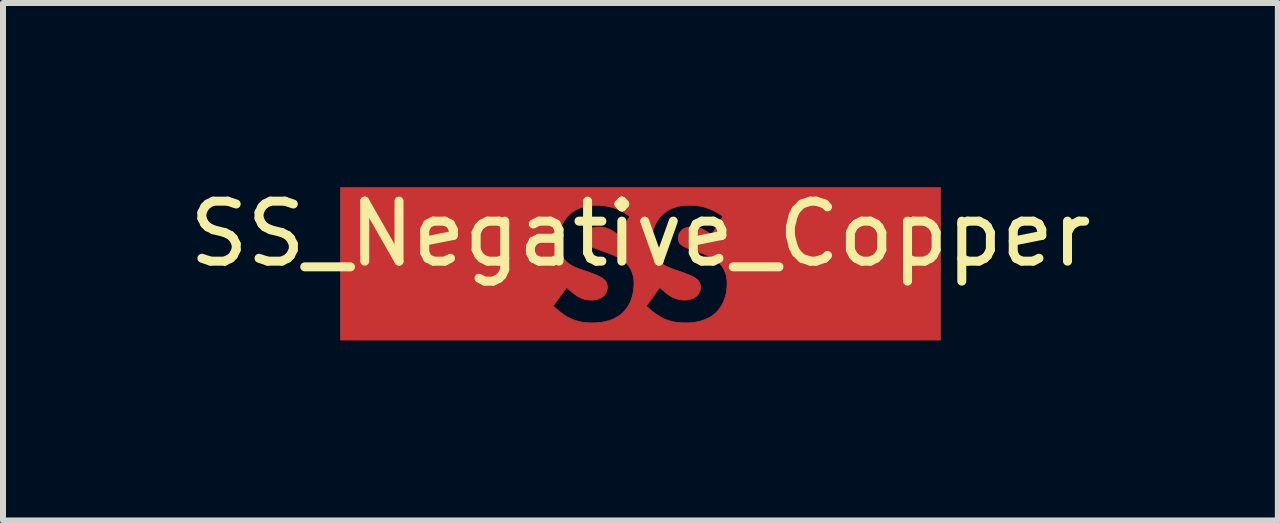
<source format=kicad_pcb>
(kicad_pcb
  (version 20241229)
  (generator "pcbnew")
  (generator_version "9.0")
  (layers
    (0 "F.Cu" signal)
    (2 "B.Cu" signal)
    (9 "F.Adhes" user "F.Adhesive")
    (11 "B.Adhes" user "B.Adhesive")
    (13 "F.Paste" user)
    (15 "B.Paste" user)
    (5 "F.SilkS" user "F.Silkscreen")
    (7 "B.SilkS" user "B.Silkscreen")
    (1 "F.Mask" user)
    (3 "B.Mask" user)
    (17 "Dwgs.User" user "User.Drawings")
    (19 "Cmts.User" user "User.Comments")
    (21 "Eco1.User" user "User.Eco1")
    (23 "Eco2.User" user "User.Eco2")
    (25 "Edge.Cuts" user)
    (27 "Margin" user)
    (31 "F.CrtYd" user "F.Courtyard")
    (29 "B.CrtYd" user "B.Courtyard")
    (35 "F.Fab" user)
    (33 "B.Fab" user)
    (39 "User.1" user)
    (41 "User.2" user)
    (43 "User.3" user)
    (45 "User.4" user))
  (footprint "SS_Negative_Copper"
    (layer "F.Cu")
    (at 7.625 1.348)
    (property "Reference" "SS_Negative_Copper" (at 0 -0.5 0) (unlocked yes) (layer "F.SilkS") (effects (font (size 1 1) (thickness 0.15))))
    (fp_poly (pts (xy 5.001 1.27) (xy -5 1.27) (xy -5 0.702) (xy -1.455 0.702) (xy -1.426 0.729) (xy -1.395 0.757) (xy -1.362 0.785) (xy -1.326 0.812) (xy -1.29 0.839) (xy -1.271 0.852) (xy -1.253 0.864) (xy -1.234 0.875) (xy -1.216 0.887) (xy -1.197 0.897) (xy -1.179 0.907) (xy -1.157 0.917) (xy -1.134 0.926) (xy -1.112 0.935) (xy -1.089 0.943) (xy -1.067 0.95) (xy -1.044 0.956) (xy -1.021 0.962) (xy -0.998 0.967) (xy -0.975 0.971) (xy -0.951 0.975) (xy -0.927 0.978) (xy -0.904 0.98) (xy -0.879 0.982) (xy -0.855 0.983) (xy -0.83 0.984) (xy -0.805 0.984) (xy -0.754 0.983) (xy -0.725 0.982) (xy -0.693 0.979) (xy -0.661 0.976) (xy -0.626 0.97) (xy -0.591 0.964) (xy -0.555 0.955) (xy -0.518 0.944) (xy -0.482 0.932) (xy -0.445 0.916) (xy -0.409 0.898) (xy -0.373 0.877) (xy -0.355 0.865) (xy -0.338 0.853) (xy -0.321 0.839) (xy -0.305 0.825) (xy -0.289 0.81) (xy -0.273 0.794) (xy -0.255 0.774) (xy -0.237 0.752) (xy -0.221 0.729) (xy -0.205 0.705) (xy -0.203 0.702) (xy 0.098 0.702) (xy 0.126 0.729) (xy 0.157 0.757) (xy 0.191 0.785) (xy 0.226 0.812) (xy 0.262 0.839) (xy 0.281 0.852) (xy 0.3 0.864) (xy 0.318 0.875) (xy 0.337 0.887) (xy 0.355 0.897) (xy 0.373 0.907) (xy 0.395 0.917) (xy 0.418 0.926) (xy 0.44 0.935) (xy 0.463 0.943) (xy 0.486 0.95) (xy 0.508 0.956) (xy 0.531 0.962) (xy 0.554 0.967) (xy 0.578 0.971) (xy 0.601 0.975) (xy 0.625 0.978) (xy 0.649 0.98) (xy 0.673 0.982) (xy 0.697 0.983) (xy 0.722 0.984) (xy 0.747 0.984) (xy 0.798 0.983) (xy 0.828 0.982) (xy 0.859 0.979) (xy 0.892 0.976) (xy 0.926 0.97) (xy 0.961 0.964) (xy 0.997 0.955) (xy 1.034 0.944) (xy 1.071 0.932) (xy 1.107 0.916) (xy 1.144 0.898) (xy 1.179 0.877) (xy 1.197 0.865) (xy 1.214 0.853) (xy 1.231 0.839) (xy 1.247 0.825) (xy 1.264 0.81) (xy 1.279 0.794) (xy 1.298 0.774) (xy 1.315 0.752) (xy 1.331 0.729) (xy 1.347 0.705) (xy 1.362 0.679) (xy 1.375 0.653) (xy 1.388 0.625) (xy 1.399 0.595) (xy 1.41 0.565) (xy 1.419 0.534) (xy 1.427 0.501) (xy 1.433 0.468) (xy 1.438 0.434) (xy 1.442 0.4) (xy 1.444 0.364) (xy 1.445 0.328) (xy 1.445 0.307) (xy 1.444 0.286) (xy 1.442 0.264) (xy 1.439 0.242) (xy 1.435 0.22) (xy 1.431 0.197) (xy 1.425 0.175) (xy 1.417 0.152) (xy 1.409 0.13) (xy 1.399 0.107) (xy 1.388 0.085) (xy 1.375 0.063) (xy 1.361 0.041) (xy 1.345 0.02) (xy 1.327 -0.001) (xy 1.308 -0.021) (xy 1.293 -0.034) (xy 1.279 -0.046) (xy 1.263 -0.058) (xy 1.248 -0.069) (xy 1.231 -0.08) (xy 1.215 -0.09) (xy 1.198 -0.099) (xy 1.182 -0.108) (xy 1.165 -0.117) (xy 1.148 -0.125) (xy 1.114 -0.14) (xy 1.081 -0.153) (xy 1.05 -0.166) (xy 0.909 -0.219) (xy 0.825 -0.249) (xy 0.791 -0.261) (xy 0.775 -0.267) (xy 0.76 -0.273) (xy 0.747 -0.279) (xy 0.734 -0.285) (xy 0.722 -0.29) (xy 0.711 -0.297) (xy 0.701 -0.303) (xy 0.691 -0.31) (xy 0.681 -0.317) (xy 0.673 -0.325) (xy 0.668 -0.33) (xy 0.663 -0.335) (xy 0.658 -0.341) (xy 0.654 -0.347) (xy 0.65 -0.352) (xy 0.647 -0.358) (xy 0.644 -0.365) (xy 0.641 -0.371) (xy 0.638 -0.377) (xy 0.636 -0.384) (xy 0.634 -0.391) (xy 0.633 -0.398) (xy 0.632 -0.406) (xy 0.631 -0.414) (xy 0.63 -0.422) (xy 0.63 -0.43) (xy 0.631 -0.44) (xy 0.631 -0.449) (xy 0.632 -0.457) (xy 0.634 -0.466) (xy 0.636 -0.474) (xy 0.639 -0.483) (xy 0.641 -0.491) (xy 0.644 -0.498) (xy 0.648 -0.506) (xy 0.652 -0.513) (xy 0.656 -0.52) (xy 0.66 -0.527) (xy 0.665 -0.533) (xy 0.669 -0.539) (xy 0.675 -0.545) (xy 0.68 -0.55) (xy 0.684 -0.555) (xy 0.689 -0.56) (xy 0.694 -0.565) (xy 0.699 -0.569) (xy 0.71 -0.577) (xy 0.721 -0.584) (xy 0.732 -0.59) (xy 0.744 -0.595) (xy 0.755 -0.6) (xy 0.767 -0.603) (xy 0.78 -0.606) (xy 0.792 -0.609) (xy 0.804 -0.61) (xy 0.816 -0.612) (xy 0.828 -0.613) (xy 0.84 -0.613) (xy 0.863 -0.614) (xy 0.887 -0.613) (xy 0.901 -0.612) (xy 0.917 -0.611) (xy 0.933 -0.608) (xy 0.951 -0.605) (xy 0.97 -0.6) (xy 0.99 -0.594) (xy 1.011 -0.587) (xy 1.033 -0.578) (xy 1.056 -0.567) (xy 1.079 -0.554) (xy 1.104 -0.539) (xy 1.129 -0.522) (xy 1.154 -0.502) (xy 1.181 -0.48) (xy 1.181 -0.473) (xy 1.375 -0.79) (xy 1.334 -0.82) (xy 1.293 -0.846) (xy 1.253 -0.869) (xy 1.214 -0.889) (xy 1.175 -0.907) (xy 1.137 -0.922) (xy 1.099 -0.935) (xy 1.063 -0.946) (xy 1.028 -0.955) (xy 0.993 -0.962) (xy 0.96 -0.967) (xy 0.929 -0.971) (xy 0.898 -0.974) (xy 0.87 -0.976) (xy 0.817 -0.977) (xy 0.784 -0.977) (xy 0.752 -0.975) (xy 0.72 -0.973) (xy 0.689 -0.969) (xy 0.658 -0.964) (xy 0.628 -0.958) (xy 0.598 -0.95) (xy 0.569 -0.941) (xy 0.54 -0.93) (xy 0.511 -0.918) (xy 0.484 -0.904) (xy 0.456 -0.888) (xy 0.429 -0.87) (xy 0.403 -0.85) (xy 0.377 -0.828) (xy 0.352 -0.804) (xy 0.331 -0.782) (xy 0.312 -0.76) (xy 0.295 -0.736) (xy 0.279 -0.712) (xy 0.264 -0.688) (xy 0.251 -0.663) (xy 0.239 -0.637) (xy 0.228 -0.611) (xy 0.219 -0.584) (xy 0.211 -0.557) (xy 0.204 -0.529) (xy 0.199 -0.501) (xy 0.195 -0.472) (xy 0.192 -0.442) (xy 0.19 -0.412) (xy 0.189 -0.381) (xy 0.19 -0.345) (xy 0.191 -0.326) (xy 0.193 -0.306) (xy 0.196 -0.286) (xy 0.199 -0.265) (xy 0.203 -0.244) (xy 0.209 -0.222) (xy 0.215 -0.201) (xy 0.223 -0.179) (xy 0.232 -0.157) (xy 0.243 -0.136) (xy 0.255 -0.115) (xy 0.269 -0.094) (xy 0.285 -0.073) (xy 0.302 -0.053) (xy 0.316 -0.039) (xy 0.33 -0.026) (xy 0.345 -0.013) (xy 0.36 -0.001) (xy 0.376 0.009) (xy 0.393 0.02) (xy 0.409 0.029) (xy 0.426 0.038) (xy 0.443 0.047) (xy 0.461 0.055) (xy 0.495 0.07) (xy 0.53 0.083) (xy 0.563 0.095) (xy 0.719 0.148) (xy 0.768 0.168) (xy 0.798 0.18) (xy 0.829 0.193) (xy 0.86 0.207) (xy 0.875 0.215) (xy 0.89 0.223) (xy 0.903 0.23) (xy 0.916 0.238) (xy 0.927 0.246) (xy 0.937 0.254) (xy 0.944 0.26) (xy 0.951 0.266) (xy 0.958 0.273) (xy 0.964 0.279) (xy 0.969 0.286) (xy 0.974 0.294) (xy 0.979 0.301) (xy 0.984 0.309) (xy 0.987 0.317) (xy 0.991 0.326) (xy 0.994 0.335) (xy 0.996 0.345) (xy 0.998 0.355) (xy 1 0.365) (xy 1 0.376) (xy 1.001 0.388) (xy 1.001 0.395) (xy 1 0.401) (xy 1 0.407) (xy 0.999 0.414) (xy 0.999 0.42) (xy 0.998 0.426) (xy 0.996 0.431) (xy 0.995 0.437) (xy 0.994 0.443) (xy 0.992 0.448) (xy 0.989 0.459) (xy 0.985 0.469) (xy 0.98 0.478) (xy 0.976 0.488) (xy 0.97 0.496) (xy 0.965 0.505) (xy 0.959 0.513) (xy 0.953 0.52) (xy 0.947 0.527) (xy 0.94 0.534) (xy 0.934 0.54) (xy 0.922 0.549) (xy 0.909 0.558) (xy 0.897 0.565) (xy 0.884 0.572) (xy 0.871 0.578) (xy 0.858 0.583) (xy 0.845 0.588) (xy 0.832 0.591) (xy 0.819 0.595) (xy 0.807 0.597) (xy 0.794 0.599) (xy 0.782 0.601) (xy 0.77 0.602) (xy 0.758 0.603) (xy 0.747 0.603) (xy 0.736 0.603) (xy 0.72 0.603) (xy 0.704 0.602) (xy 0.688 0.601) (xy 0.672 0.599) (xy 0.657 0.597) (xy 0.642 0.594) (xy 0.627 0.591) (xy 0.613 0.587) (xy 0.598 0.583) (xy 0.584 0.578) (xy 0.57 0.572) (xy 0.556 0.566) (xy 0.542 0.559) (xy 0.528 0.552) (xy 0.514 0.545) (xy 0.5 0.536) (xy 0.49 0.53) (xy 0.479 0.523) (xy 0.468 0.515) (xy 0.457 0.507) (xy 0.434 0.49) (xy 0.41 0.471) (xy 0.387 0.451) (xy 0.364 0.431) (xy 0.343 0.411) (xy 0.323 0.392) (xy 0.098 0.702) (xy -0.203 0.702) (xy -0.191 0.679) (xy -0.177 0.653) (xy -0.164 0.625) (xy -0.153 0.595) (xy -0.143 0.565) (xy -0.133 0.534) (xy -0.126 0.501) (xy -0.119 0.468) (xy -0.114 0.434) (xy -0.11 0.4) (xy -0.108 0.364) (xy -0.107 0.328) (xy -0.107 0.307) (xy -0.108 0.286) (xy -0.11 0.264) (xy -0.113 0.242) (xy -0.117 0.22) (xy -0.122 0.197) (xy -0.128 0.175) (xy -0.135 0.152) (xy -0.143 0.13) (xy -0.153 0.107) (xy -0.164 0.085) (xy -0.177 0.063) (xy -0.191 0.041) (xy -0.207 0.02) (xy -0.225 -0.001) (xy -0.245 -0.021) (xy -0.259 -0.034) (xy -0.274 -0.046) (xy -0.289 -0.058) (xy -0.305 -0.069) (xy -0.321 -0.08) (xy -0.337 -0.09) (xy -0.354 -0.099) (xy -0.371 -0.108) (xy -0.388 -0.117) (xy -0.404 -0.125) (xy -0.438 -0.14) (xy -0.471 -0.153) (xy -0.502 -0.166) (xy -0.643 -0.219) (xy -0.727 -0.249) (xy -0.762 -0.261) (xy -0.777 -0.267) (xy -0.792 -0.273) (xy -0.805 -0.279) (xy -0.818 -0.285) (xy -0.83 -0.29) (xy -0.841 -0.297) (xy -0.852 -0.303) (xy -0.861 -0.31) (xy -0.871 -0.317) (xy -0.88 -0.325) (xy -0.885 -0.33) (xy -0.889 -0.335) (xy -0.894 -0.341) (xy -0.898 -0.347) (xy -0.902 -0.352) (xy -0.905 -0.358) (xy -0.908 -0.365) (xy -0.911 -0.371) (xy -0.914 -0.377) (xy -0.916 -0.384) (xy -0.918 -0.391) (xy -0.919 -0.398) (xy -0.92 -0.406) (xy -0.921 -0.414) (xy -0.922 -0.422) (xy -0.922 -0.43) (xy -0.922 -0.44) (xy -0.921 -0.449) (xy -0.92 -0.457) (xy -0.918 -0.466) (xy -0.916 -0.474) (xy -0.914 -0.483) (xy -0.911 -0.491) (xy -0.908 -0.498) (xy -0.904 -0.506) (xy -0.901 -0.513) (xy -0.896 -0.52) (xy -0.892 -0.527) (xy -0.888 -0.533) (xy -0.883 -0.539) (xy -0.878 -0.545) (xy -0.873 -0.55) (xy -0.868 -0.555) (xy -0.863 -0.56) (xy -0.858 -0.565) (xy -0.853 -0.569) (xy -0.842 -0.577) (xy -0.831 -0.584) (xy -0.82 -0.59) (xy -0.809 -0.595) (xy -0.797 -0.6) (xy -0.785 -0.603) (xy -0.773 -0.606) (xy -0.76 -0.609) (xy -0.748 -0.61) (xy -0.736 -0.612) (xy -0.724 -0.613) (xy -0.712 -0.613) (xy -0.689 -0.614) (xy -0.665 -0.613) (xy -0.651 -0.612) (xy -0.635 -0.611) (xy -0.619 -0.608) (xy -0.601 -0.605) (xy -0.582 -0.6) (xy -0.562 -0.594) (xy -0.541 -0.587) (xy -0.519 -0.578) (xy -0.496 -0.567) (xy -0.473 -0.554) (xy -0.448 -0.539) (xy -0.423 -0.522) (xy -0.398 -0.502) (xy -0.372 -0.48) (xy -0.372 -0.473) (xy -0.178 -0.79) (xy -0.218 -0.82) (xy -0.259 -0.846) (xy -0.299 -0.869) (xy -0.339 -0.889) (xy -0.377 -0.907) (xy -0.416 -0.922) (xy -0.453 -0.935) (xy -0.489 -0.946) (xy -0.525 -0.955) (xy -0.559 -0.962) (xy -0.592 -0.967) (xy -0.624 -0.971) (xy -0.654 -0.974) (xy -0.682 -0.976) (xy -0.735 -0.977) (xy -0.768 -0.977) (xy -0.8 -0.975) (xy -0.832 -0.973) (xy -0.863 -0.969) (xy -0.894 -0.964) (xy -0.924 -0.958) (xy -0.954 -0.95) (xy -0.984 -0.941) (xy -1.012 -0.93) (xy -1.041 -0.918) (xy -1.069 -0.904) (xy -1.096 -0.888) (xy -1.123 -0.87) (xy -1.149 -0.85) (xy -1.175 -0.828) (xy -1.201 -0.804) (xy -1.221 -0.782) (xy -1.24 -0.76) (xy -1.257 -0.736) (xy -1.274 -0.712) (xy -1.288 -0.688) (xy -1.302 -0.663) (xy -1.313 -0.637) (xy -1.324 -0.611) (xy -1.333 -0.584) (xy -1.341 -0.557) (xy -1.348 -0.529) (xy -1.353 -0.501) (xy -1.358 -0.472) (xy -1.361 -0.442) (xy -1.362 -0.412) (xy -1.363 -0.381) (xy -1.362 -0.345) (xy -1.361 -0.326) (xy -1.359 -0.306) (xy -1.357 -0.286) (xy -1.353 -0.265) (xy -1.349 -0.244) (xy -1.343 -0.222) (xy -1.337 -0.201) (xy -1.329 -0.179) (xy -1.32 -0.157) (xy -1.309 -0.136) (xy -1.297 -0.115) (xy -1.283 -0.094) (xy -1.268 -0.073) (xy -1.25 -0.053) (xy -1.236 -0.039) (xy -1.222 -0.026) (xy -1.207 -0.013) (xy -1.192 -0.001) (xy -1.176 0.009) (xy -1.16 0.02) (xy -1.143 0.029) (xy -1.126 0.038) (xy -1.109 0.047) (xy -1.092 0.055) (xy -1.057 0.07) (xy -1.023 0.083) (xy -0.989 0.095) (xy -0.834 0.148) (xy -0.784 0.168) (xy -0.754 0.18) (xy -0.723 0.193) (xy -0.692 0.207) (xy -0.677 0.215) (xy -0.663 0.223) (xy -0.649 0.23) (xy -0.636 0.238) (xy -0.625 0.246) (xy -0.615 0.254) (xy -0.608 0.26) (xy -0.601 0.266) (xy -0.595 0.273) (xy -0.589 0.279) (xy -0.583 0.286) (xy -0.578 0.294) (xy -0.573 0.301) (xy -0.569 0.309) (xy -0.565 0.317) (xy -0.561 0.326) (xy -0.558 0.335) (xy -0.556 0.345) (xy -0.554 0.355) (xy -0.553 0.365) (xy -0.552 0.376) (xy -0.551 0.388) (xy -0.552 0.395) (xy -0.552 0.401) (xy -0.552 0.407) (xy -0.553 0.414) (xy -0.554 0.42) (xy -0.555 0.426) (xy -0.556 0.431) (xy -0.557 0.437) (xy -0.558 0.443) (xy -0.56 0.448) (xy -0.563 0.459) (xy -0.567 0.469) (xy -0.572 0.478) (xy -0.577 0.488) (xy -0.582 0.496) (xy -0.587 0.505) (xy -0.593 0.513) (xy -0.599 0.52) (xy -0.605 0.527) (xy -0.612 0.534) (xy -0.619 0.54) (xy -0.631 0.549) (xy -0.643 0.558) (xy -0.655 0.565) (xy -0.668 0.572) (xy -0.681 0.578) (xy -0.694 0.583) (xy -0.707 0.588) (xy -0.72 0.591) (xy -0.733 0.595) (xy -0.745 0.597) (xy -0.758 0.599) (xy -0.77 0.601) (xy -0.782 0.602) (xy -0.794 0.603) (xy -0.805 0.603) (xy -0.816 0.603) (xy -0.832 0.603) (xy -0.848 0.602) (xy -0.864 0.601) (xy -0.88 0.599) (xy -0.895 0.597) (xy -0.91 0.594) (xy -0.925 0.591) (xy -0.94 0.587) (xy -0.954 0.583) (xy -0.968 0.578) (xy -0.983 0.572) (xy -0.997 0.566) (xy -1.011 0.559) (xy -1.025 0.552) (xy -1.039 0.545) (xy -1.052 0.536) (xy -1.063 0.53) (xy -1.073 0.523) (xy -1.084 0.515) (xy -1.095 0.507) (xy -1.118 0.49) (xy -1.142 0.471) (xy -1.165 0.451) (xy -1.188 0.431) (xy -1.209 0.411) (xy -1.229 0.392) (xy -1.455 0.702) (xy -5 0.702) (xy -5 -1.27) (xy 5.001 -1.27)) (stroke (width 0.013) (type solid)) (fill yes) (layer "F.Cu")))
  (gr_rect
    (start -3 -3)
    (end 18.25 5.625)
    (stroke (width 0.1) (type default))
    (fill no)
    (layer "Edge.Cuts")))
</source>
